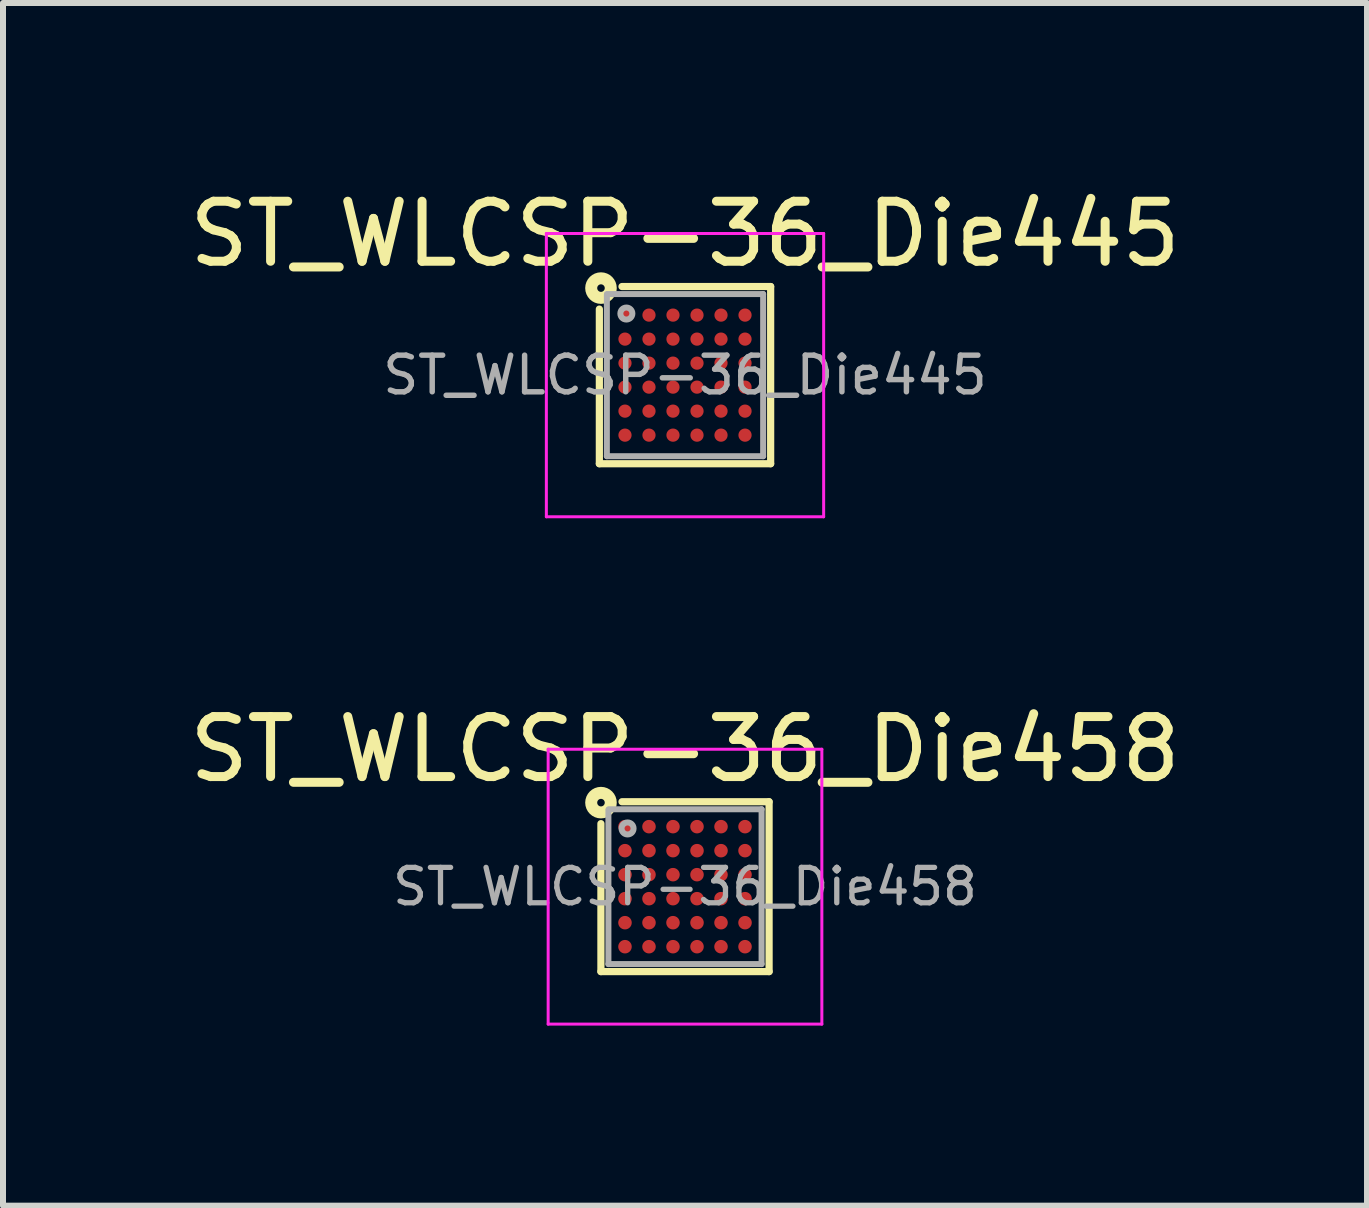
<source format=kicad_pcb>
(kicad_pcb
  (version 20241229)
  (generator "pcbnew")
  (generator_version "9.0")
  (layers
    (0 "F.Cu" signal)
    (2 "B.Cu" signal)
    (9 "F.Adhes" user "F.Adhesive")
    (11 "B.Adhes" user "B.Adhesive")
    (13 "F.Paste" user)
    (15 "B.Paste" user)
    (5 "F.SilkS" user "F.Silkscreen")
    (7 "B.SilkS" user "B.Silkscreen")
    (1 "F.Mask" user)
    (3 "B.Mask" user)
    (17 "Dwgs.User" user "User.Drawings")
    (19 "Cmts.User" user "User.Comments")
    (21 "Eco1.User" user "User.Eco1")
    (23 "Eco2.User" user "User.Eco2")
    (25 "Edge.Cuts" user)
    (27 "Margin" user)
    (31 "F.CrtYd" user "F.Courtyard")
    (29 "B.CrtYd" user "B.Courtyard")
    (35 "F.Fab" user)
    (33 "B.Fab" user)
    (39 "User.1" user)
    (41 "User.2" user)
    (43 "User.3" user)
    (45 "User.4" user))
  (footprint "ST_WLCSP-36_Die458"
    (layer "F.Cu")
    (at 8.363 11.723)
    (property "Reference" "ST_WLCSP-36_Die458" (at 0 -2.289 0) (layer "F.SilkS") (effects (font (size 1 1) (thickness 0.15))))
    (attr smd)
    (fp_line (start -1.401 1.415) (end -1.401 -1.05) (stroke (width 0.12) (type solid)) (layer "F.SilkS"))
    (fp_line (start -1.05 -1.415) (end 1.401 -1.415) (stroke (width 0.12) (type solid)) (layer "F.SilkS"))
    (fp_line (start 1.401 -1.415) (end 1.401 1.415) (stroke (width 0.12) (type solid)) (layer "F.SilkS"))
    (fp_line (start 1.401 1.415) (end -1.401 1.415) (stroke (width 0.12) (type solid)) (layer "F.SilkS"))
    (fp_circle (center -1.4 -1.4) (end -1.337 -1.4) (stroke (width 0.2) (type solid)) (fill no) (layer "F.SilkS"))
    (fp_line (start -2.28 -2.29) (end -2.28 2.29) (stroke (width 0.05) (type solid)) (layer "F.CrtYd"))
    (fp_line (start -2.28 2.29) (end 2.28 2.29) (stroke (width 0.05) (type solid)) (layer "F.CrtYd"))
    (fp_line (start 2.28 -2.29) (end -2.28 -2.29) (stroke (width 0.05) (type solid)) (layer "F.CrtYd"))
    (fp_line (start 2.28 2.29) (end 2.28 -2.29) (stroke (width 0.05) (type solid)) (layer "F.CrtYd"))
    (fp_line (start -1.276 1.29) (end -1.276 -1.28) (stroke (width 0.1) (type solid)) (layer "F.Fab"))
    (fp_line (start -1.27 -1.29) (end 1.276 -1.29) (stroke (width 0.1) (type solid)) (layer "F.Fab"))
    (fp_line (start 1.276 -1.29) (end 1.276 1.29) (stroke (width 0.1) (type solid)) (layer "F.Fab"))
    (fp_line (start 1.276 1.29) (end -1.276 1.29) (stroke (width 0.1) (type solid)) (layer "F.Fab"))
    (fp_circle (center -0.957 -0.97) (end -0.857 -0.97) (stroke (width 0.1) (type solid)) (fill no) (layer "F.Fab"))
    (fp_text user "${REFERENCE}" (at 0 0 0) (layer "F.Fab") (effects (font (size 0.59 0.59) (thickness 0.088))))
    (pad "A1" smd circle (at -1 -1) (size 0.225 0.225) (layers "F.Cu" "F.Mask" "F.Paste"))
    (pad "A2" smd circle (at -0.6 -1) (size 0.225 0.225) (layers "F.Cu" "F.Mask" "F.Paste"))
    (pad "A3" smd circle (at -0.2 -1) (size 0.225 0.225) (layers "F.Cu" "F.Mask" "F.Paste"))
    (pad "A4" smd circle (at 0.2 -1) (size 0.225 0.225) (layers "F.Cu" "F.Mask" "F.Paste"))
    (pad "A5" smd circle (at 0.6 -1) (size 0.225 0.225) (layers "F.Cu" "F.Mask" "F.Paste"))
    (pad "A6" smd circle (at 1 -1) (size 0.225 0.225) (layers "F.Cu" "F.Mask" "F.Paste"))
    (pad "B1" smd circle (at -1 -0.6) (size 0.225 0.225) (layers "F.Cu" "F.Mask" "F.Paste"))
    (pad "B2" smd circle (at -0.6 -0.6) (size 0.225 0.225) (layers "F.Cu" "F.Mask" "F.Paste"))
    (pad "B3" smd circle (at -0.2 -0.6) (size 0.225 0.225) (layers "F.Cu" "F.Mask" "F.Paste"))
    (pad "B4" smd circle (at 0.2 -0.6) (size 0.225 0.225) (layers "F.Cu" "F.Mask" "F.Paste"))
    (pad "B5" smd circle (at 0.6 -0.6) (size 0.225 0.225) (layers "F.Cu" "F.Mask" "F.Paste"))
    (pad "B6" smd circle (at 1 -0.6) (size 0.225 0.225) (layers "F.Cu" "F.Mask" "F.Paste"))
    (pad "C1" smd circle (at -1 -0.2) (size 0.225 0.225) (layers "F.Cu" "F.Mask" "F.Paste"))
    (pad "C2" smd circle (at -0.6 -0.2) (size 0.225 0.225) (layers "F.Cu" "F.Mask" "F.Paste"))
    (pad "C3" smd circle (at -0.2 -0.2) (size 0.225 0.225) (layers "F.Cu" "F.Mask" "F.Paste"))
    (pad "C4" smd circle (at 0.2 -0.2) (size 0.225 0.225) (layers "F.Cu" "F.Mask" "F.Paste"))
    (pad "C5" smd circle (at 0.6 -0.2) (size 0.225 0.225) (layers "F.Cu" "F.Mask" "F.Paste"))
    (pad "C6" smd circle (at 1 -0.2) (size 0.225 0.225) (layers "F.Cu" "F.Mask" "F.Paste"))
    (pad "D1" smd circle (at -1 0.2) (size 0.225 0.225) (layers "F.Cu" "F.Mask" "F.Paste"))
    (pad "D2" smd circle (at -0.6 0.2) (size 0.225 0.225) (layers "F.Cu" "F.Mask" "F.Paste"))
    (pad "D3" smd circle (at -0.2 0.2) (size 0.225 0.225) (layers "F.Cu" "F.Mask" "F.Paste"))
    (pad "D4" smd circle (at 0.2 0.2) (size 0.225 0.225) (layers "F.Cu" "F.Mask" "F.Paste"))
    (pad "D5" smd circle (at 0.6 0.2) (size 0.225 0.225) (layers "F.Cu" "F.Mask" "F.Paste"))
    (pad "D6" smd circle (at 1 0.2) (size 0.225 0.225) (layers "F.Cu" "F.Mask" "F.Paste"))
    (pad "E1" smd circle (at -1 0.6) (size 0.225 0.225) (layers "F.Cu" "F.Mask" "F.Paste"))
    (pad "E2" smd circle (at -0.6 0.6) (size 0.225 0.225) (layers "F.Cu" "F.Mask" "F.Paste"))
    (pad "E3" smd circle (at -0.2 0.6) (size 0.225 0.225) (layers "F.Cu" "F.Mask" "F.Paste"))
    (pad "E4" smd circle (at 0.2 0.6) (size 0.225 0.225) (layers "F.Cu" "F.Mask" "F.Paste"))
    (pad "E5" smd circle (at 0.6 0.6) (size 0.225 0.225) (layers "F.Cu" "F.Mask" "F.Paste"))
    (pad "E6" smd circle (at 1 0.6) (size 0.225 0.225) (layers "F.Cu" "F.Mask" "F.Paste"))
    (pad "F1" smd circle (at -1 1) (size 0.225 0.225) (layers "F.Cu" "F.Mask" "F.Paste"))
    (pad "F2" smd circle (at -0.6 1) (size 0.225 0.225) (layers "F.Cu" "F.Mask" "F.Paste"))
    (pad "F3" smd circle (at -0.2 1) (size 0.225 0.225) (layers "F.Cu" "F.Mask" "F.Paste"))
    (pad "F4" smd circle (at 0.2 1) (size 0.225 0.225) (layers "F.Cu" "F.Mask" "F.Paste"))
    (pad "F5" smd circle (at 0.6 1) (size 0.225 0.225) (layers "F.Cu" "F.Mask" "F.Paste"))
    (pad "F6" smd circle (at 1 1) (size 0.225 0.225) (layers "F.Cu" "F.Mask" "F.Paste")))
  (footprint "ST_WLCSP-36_Die445"
    (layer "F.Cu")
    (at 8.363 3.2)
    (property "Reference" "ST_WLCSP-36_Die445" (at 0 -2.352 0) (layer "F.SilkS") (effects (font (size 1 1) (thickness 0.15))))
    (attr smd)
    (fp_line (start -1.427 1.476) (end -1.427 -1.1) (stroke (width 0.12) (type solid)) (layer "F.SilkS"))
    (fp_line (start -1.05 -1.476) (end 1.427 -1.476) (stroke (width 0.12) (type solid)) (layer "F.SilkS"))
    (fp_line (start 1.427 -1.476) (end 1.427 1.476) (stroke (width 0.12) (type solid)) (layer "F.SilkS"))
    (fp_line (start 1.427 1.476) (end -1.427 1.476) (stroke (width 0.12) (type solid)) (layer "F.SilkS"))
    (fp_circle (center -1.4 -1.45) (end -1.337 -1.45) (stroke (width 0.2) (type solid)) (fill no) (layer "F.SilkS"))
    (fp_line (start -2.31 -2.36) (end -2.31 2.36) (stroke (width 0.05) (type solid)) (layer "F.CrtYd"))
    (fp_line (start -2.31 2.36) (end 2.31 2.36) (stroke (width 0.05) (type solid)) (layer "F.CrtYd"))
    (fp_line (start 2.31 -2.36) (end -2.31 -2.36) (stroke (width 0.05) (type solid)) (layer "F.CrtYd"))
    (fp_line (start 2.31 2.36) (end 2.31 -2.36) (stroke (width 0.05) (type solid)) (layer "F.CrtYd"))
    (fp_line (start -1.302 1.351) (end -1.302 -1.34) (stroke (width 0.1) (type solid)) (layer "F.Fab"))
    (fp_line (start -1.3 -1.351) (end 1.302 -1.351) (stroke (width 0.1) (type solid)) (layer "F.Fab"))
    (fp_line (start 1.302 -1.351) (end 1.302 1.351) (stroke (width 0.1) (type solid)) (layer "F.Fab"))
    (fp_line (start 1.302 1.351) (end -1.302 1.351) (stroke (width 0.1) (type solid)) (layer "F.Fab"))
    (fp_circle (center -0.977 -1.026) (end -0.877 -1.026) (stroke (width 0.1) (type solid)) (fill no) (layer "F.Fab"))
    (fp_text user "${REFERENCE}" (at 0 0 0) (layer "F.Fab") (effects (font (size 0.61 0.61) (thickness 0.091))))
    (pad "A1" smd circle (at -1 -1) (size 0.22 0.22) (layers "F.Cu" "F.Mask" "F.Paste"))
    (pad "A2" smd circle (at -0.6 -1) (size 0.22 0.22) (layers "F.Cu" "F.Mask" "F.Paste"))
    (pad "A3" smd circle (at -0.2 -1) (size 0.22 0.22) (layers "F.Cu" "F.Mask" "F.Paste"))
    (pad "A4" smd circle (at 0.2 -1) (size 0.22 0.22) (layers "F.Cu" "F.Mask" "F.Paste"))
    (pad "A5" smd circle (at 0.6 -1) (size 0.22 0.22) (layers "F.Cu" "F.Mask" "F.Paste"))
    (pad "A6" smd circle (at 1 -1) (size 0.22 0.22) (layers "F.Cu" "F.Mask" "F.Paste"))
    (pad "B1" smd circle (at -1 -0.6) (size 0.22 0.22) (layers "F.Cu" "F.Mask" "F.Paste"))
    (pad "B2" smd circle (at -0.6 -0.6) (size 0.22 0.22) (layers "F.Cu" "F.Mask" "F.Paste"))
    (pad "B3" smd circle (at -0.2 -0.6) (size 0.22 0.22) (layers "F.Cu" "F.Mask" "F.Paste"))
    (pad "B4" smd circle (at 0.2 -0.6) (size 0.22 0.22) (layers "F.Cu" "F.Mask" "F.Paste"))
    (pad "B5" smd circle (at 0.6 -0.6) (size 0.22 0.22) (layers "F.Cu" "F.Mask" "F.Paste"))
    (pad "B6" smd circle (at 1 -0.6) (size 0.22 0.22) (layers "F.Cu" "F.Mask" "F.Paste"))
    (pad "C1" smd circle (at -1 -0.2) (size 0.22 0.22) (layers "F.Cu" "F.Mask" "F.Paste"))
    (pad "C2" smd circle (at -0.6 -0.2) (size 0.22 0.22) (layers "F.Cu" "F.Mask" "F.Paste"))
    (pad "C3" smd circle (at -0.2 -0.2) (size 0.22 0.22) (layers "F.Cu" "F.Mask" "F.Paste"))
    (pad "C4" smd circle (at 0.2 -0.2) (size 0.22 0.22) (layers "F.Cu" "F.Mask" "F.Paste"))
    (pad "C5" smd circle (at 0.6 -0.2) (size 0.22 0.22) (layers "F.Cu" "F.Mask" "F.Paste"))
    (pad "C6" smd circle (at 1 -0.2) (size 0.22 0.22) (layers "F.Cu" "F.Mask" "F.Paste"))
    (pad "D1" smd circle (at -1 0.2) (size 0.22 0.22) (layers "F.Cu" "F.Mask" "F.Paste"))
    (pad "D2" smd circle (at -0.6 0.2) (size 0.22 0.22) (layers "F.Cu" "F.Mask" "F.Paste"))
    (pad "D3" smd circle (at -0.2 0.2) (size 0.22 0.22) (layers "F.Cu" "F.Mask" "F.Paste"))
    (pad "D4" smd circle (at 0.2 0.2) (size 0.22 0.22) (layers "F.Cu" "F.Mask" "F.Paste"))
    (pad "D5" smd circle (at 0.6 0.2) (size 0.22 0.22) (layers "F.Cu" "F.Mask" "F.Paste"))
    (pad "D6" smd circle (at 1 0.2) (size 0.22 0.22) (layers "F.Cu" "F.Mask" "F.Paste"))
    (pad "E1" smd circle (at -1 0.6) (size 0.22 0.22) (layers "F.Cu" "F.Mask" "F.Paste"))
    (pad "E2" smd circle (at -0.6 0.6) (size 0.22 0.22) (layers "F.Cu" "F.Mask" "F.Paste"))
    (pad "E3" smd circle (at -0.2 0.6) (size 0.22 0.22) (layers "F.Cu" "F.Mask" "F.Paste"))
    (pad "E4" smd circle (at 0.2 0.6) (size 0.22 0.22) (layers "F.Cu" "F.Mask" "F.Paste"))
    (pad "E5" smd circle (at 0.6 0.6) (size 0.22 0.22) (layers "F.Cu" "F.Mask" "F.Paste"))
    (pad "E6" smd circle (at 1 0.6) (size 0.22 0.22) (layers "F.Cu" "F.Mask" "F.Paste"))
    (pad "F1" smd circle (at -1 1) (size 0.22 0.22) (layers "F.Cu" "F.Mask" "F.Paste"))
    (pad "F2" smd circle (at -0.6 1) (size 0.22 0.22) (layers "F.Cu" "F.Mask" "F.Paste"))
    (pad "F3" smd circle (at -0.2 1) (size 0.22 0.22) (layers "F.Cu" "F.Mask" "F.Paste"))
    (pad "F4" smd circle (at 0.2 1) (size 0.22 0.22) (layers "F.Cu" "F.Mask" "F.Paste"))
    (pad "F5" smd circle (at 0.6 1) (size 0.22 0.22) (layers "F.Cu" "F.Mask" "F.Paste"))
    (pad "F6" smd circle (at 1 1) (size 0.22 0.22) (layers "F.Cu" "F.Mask" "F.Paste")))
  (gr_rect
    (start -3 -3)
    (end 19.726 17.038)
    (stroke (width 0.1) (type default))
    (fill no)
    (layer "Edge.Cuts")))
</source>
